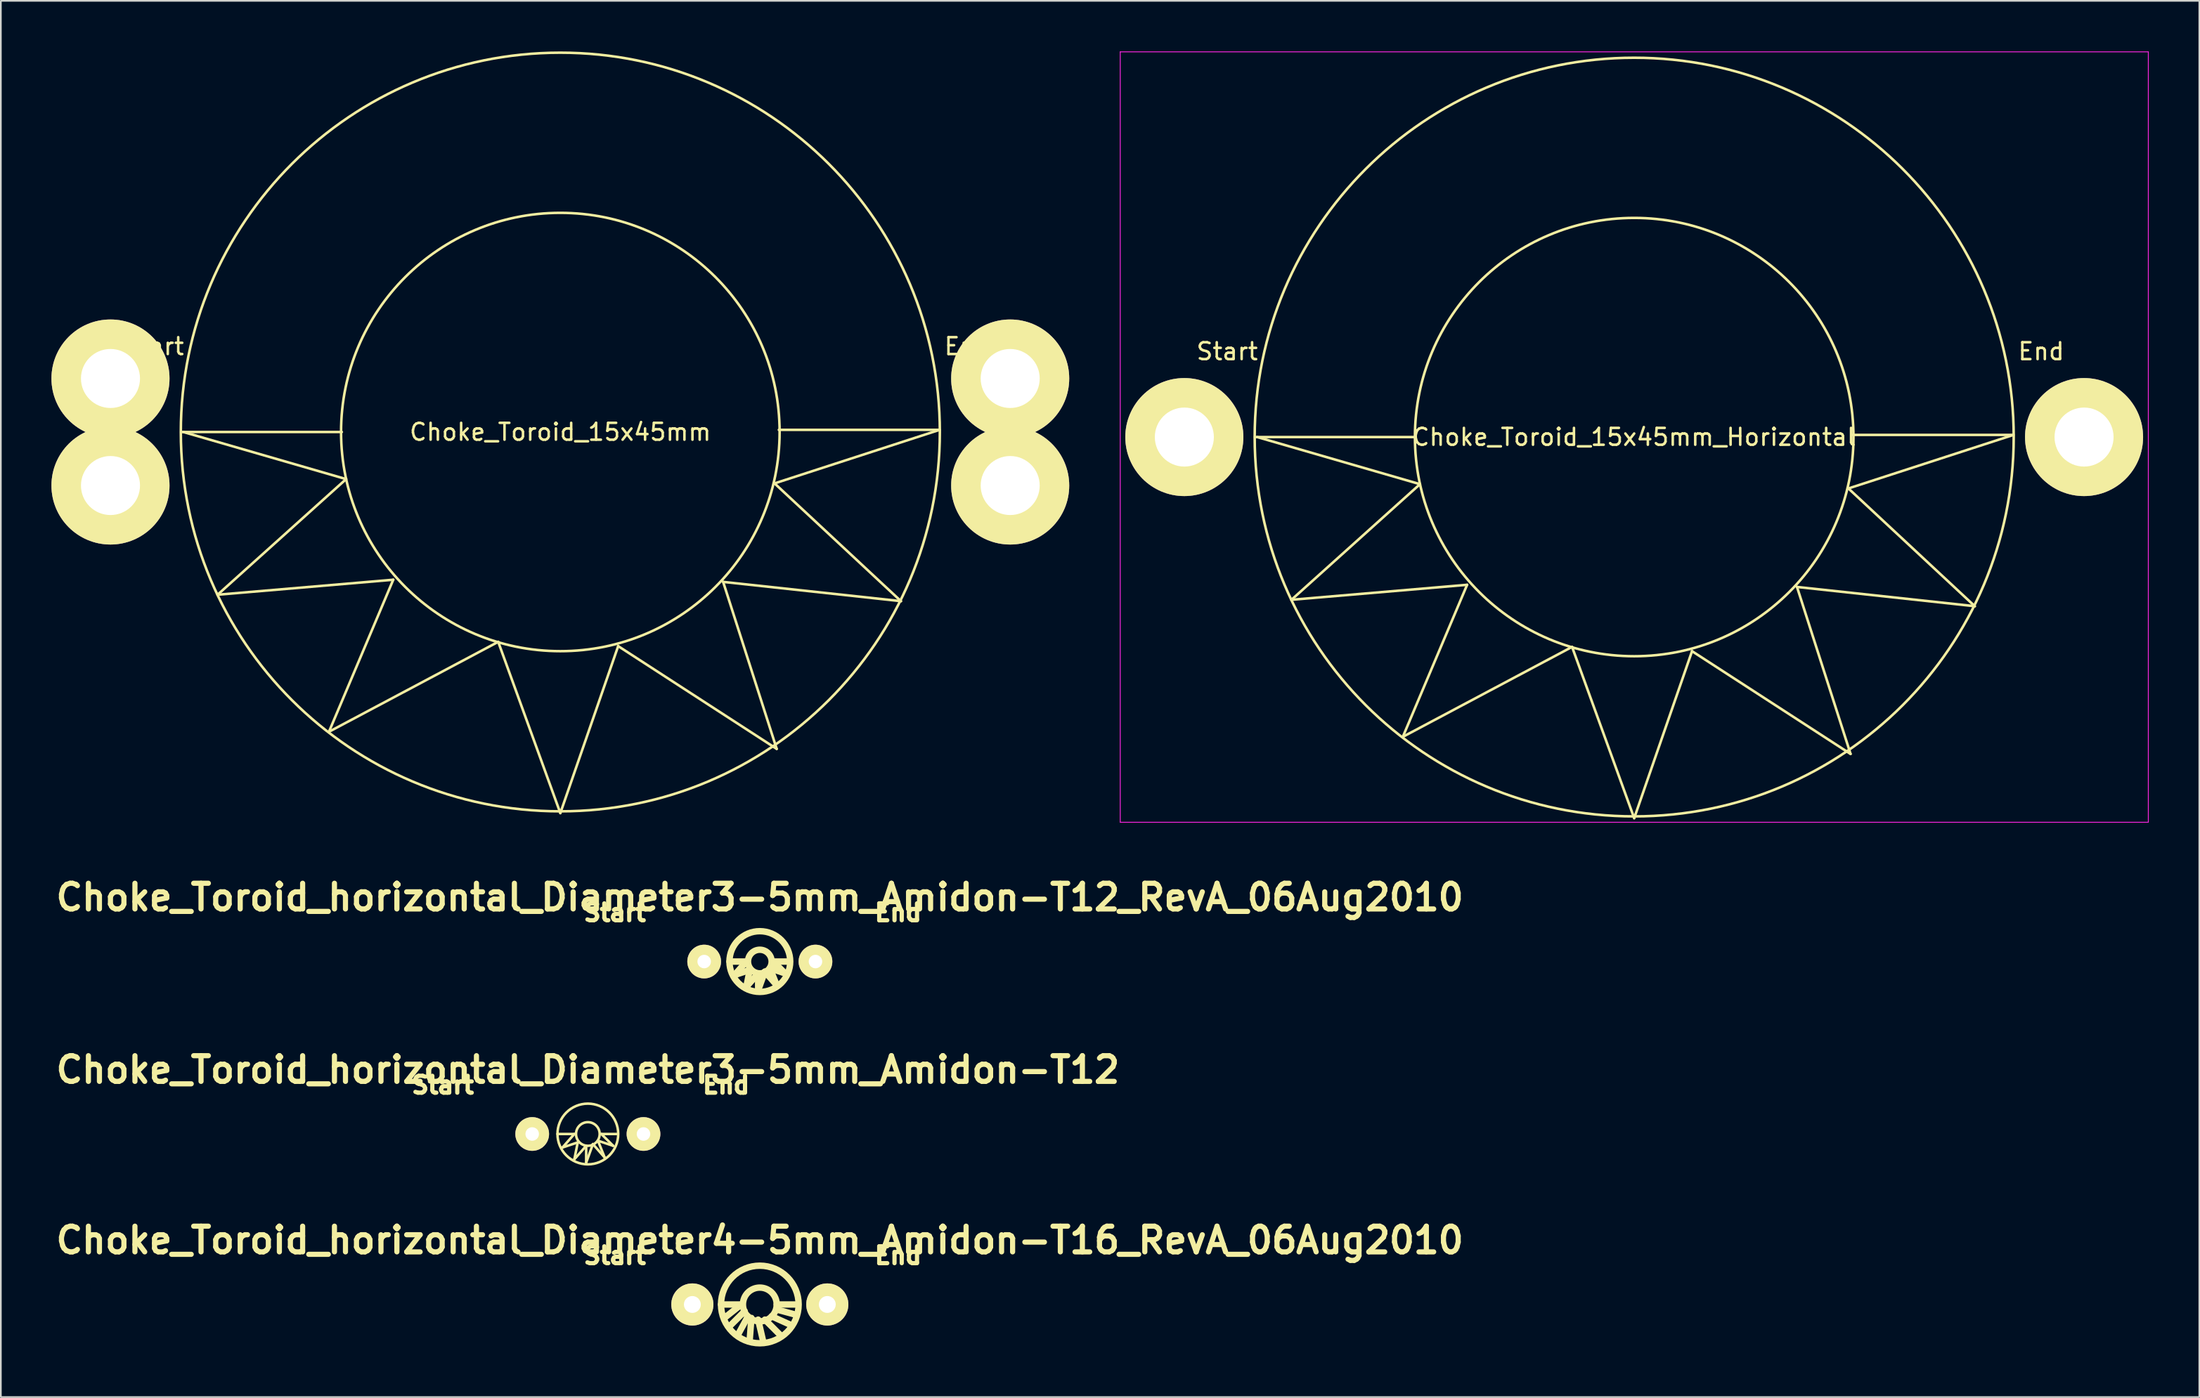
<source format=kicad_pcb>
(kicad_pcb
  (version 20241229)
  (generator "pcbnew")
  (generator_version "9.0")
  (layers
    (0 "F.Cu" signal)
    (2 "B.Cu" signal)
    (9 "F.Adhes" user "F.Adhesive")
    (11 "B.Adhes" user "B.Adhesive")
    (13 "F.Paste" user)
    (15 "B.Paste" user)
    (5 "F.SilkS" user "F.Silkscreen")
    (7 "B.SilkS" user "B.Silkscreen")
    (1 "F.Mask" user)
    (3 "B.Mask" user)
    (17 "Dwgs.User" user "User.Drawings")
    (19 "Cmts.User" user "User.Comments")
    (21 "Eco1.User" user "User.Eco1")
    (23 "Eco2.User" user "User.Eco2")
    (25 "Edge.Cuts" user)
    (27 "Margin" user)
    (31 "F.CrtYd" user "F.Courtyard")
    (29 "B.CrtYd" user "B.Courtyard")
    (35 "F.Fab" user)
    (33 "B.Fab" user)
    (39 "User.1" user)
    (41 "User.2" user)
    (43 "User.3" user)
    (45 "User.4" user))
  (footprint "Choke_Toroid_horizontal_Diameter3-5mm_Amidon-T12_RevA_06Aug2010"
    (layer "F.Cu")
    (at 41.997 53.986)
    (property "Reference" "Choke_Toroid_horizontal_Diameter3-5mm_Amidon-T12_RevA_06Aug2010" (at 0 -3.81 0) (layer "F.SilkS") (effects (font (size 1.524 1.524) (thickness 0.305))))
    (attr through_hole)
    (fp_line (start -1.801 0) (end -0.8 0) (stroke (width 0.381) (type solid)) (layer "F.SilkS"))
    (fp_line (start -1.501 0.8) (end -0.599 0.5) (stroke (width 0.381) (type solid)) (layer "F.SilkS"))
    (fp_line (start -0.8 0) (end -1.501 0.8) (stroke (width 0.381) (type solid)) (layer "F.SilkS"))
    (fp_line (start -0.8 1.501) (end -0.099 0.701) (stroke (width 0.381) (type solid)) (layer "F.SilkS"))
    (fp_line (start -0.599 0.5) (end -0.8 1.501) (stroke (width 0.381) (type solid)) (layer "F.SilkS"))
    (fp_line (start -0.099 0.701) (end -0.099 1.699) (stroke (width 0.381) (type solid)) (layer "F.SilkS"))
    (fp_line (start -0.099 1.699) (end 0.3 0.599) (stroke (width 0.381) (type solid)) (layer "F.SilkS"))
    (fp_line (start 0.3 0.599) (end 1.001 1.4) (stroke (width 0.381) (type solid)) (layer "F.SilkS"))
    (fp_line (start 0.599 0.399) (end 1.501 0.701) (stroke (width 0.381) (type solid)) (layer "F.SilkS"))
    (fp_line (start 0.8 0) (end 1.699 0) (stroke (width 0.381) (type solid)) (layer "F.SilkS"))
    (fp_line (start 1.001 1.4) (end 0.599 0.399) (stroke (width 0.381) (type solid)) (layer "F.SilkS"))
    (fp_line (start 1.501 0.701) (end 0.8 0) (stroke (width 0.381) (type solid)) (layer "F.SilkS"))
    (fp_circle (center 0 0) (end 0.701 0) (stroke (width 0.381) (type solid)) (fill no) (layer "F.SilkS"))
    (fp_circle (center 0 0) (end 1.801 0) (stroke (width 0.381) (type solid)) (fill no) (layer "F.SilkS"))
    (fp_text user "Start" (at -8.6 -2.901 0) (layer "F.SilkS") (effects (font (size 1.001 1.001) (thickness 0.251))))
    (fp_text user "End" (at 8.199 -2.901 0) (layer "F.SilkS") (effects (font (size 1.001 1.001) (thickness 0.251))))
    (pad "1" thru_hole circle (at -3.299 0) (size 1.999 1.999) (drill 0.8) (layers "*.Cu" "*.Mask" "F.SilkS"))
    (pad "2" thru_hole circle (at 3.299 0) (size 1.999 1.999) (drill 0.8) (layers "*.Cu" "*.Mask" "F.SilkS")))
  (footprint "Choke_Toroid_15x45mm"
    (layer "F.Cu")
    (at 30.17 22.575)
    (property "Reference" "Choke_Toroid_15x45mm" (at 0 0 0) (layer "F.SilkS") (effects (font (size 1 1) (thickness 0.15))))
    (attr through_hole)
    (fp_line (start -22.479 0) (end -12.954 0) (stroke (width 0.15) (type solid)) (layer "F.SilkS"))
    (fp_line (start -22.352 0) (end -12.7 2.794) (stroke (width 0.15) (type solid)) (layer "F.SilkS"))
    (fp_line (start -20.32 9.652) (end -9.906 8.763) (stroke (width 0.15) (type solid)) (layer "F.SilkS"))
    (fp_line (start -13.716 17.78) (end -3.683 12.446) (stroke (width 0.15) (type solid)) (layer "F.SilkS"))
    (fp_line (start -12.7 2.794) (end -20.32 9.652) (stroke (width 0.15) (type solid)) (layer "F.SilkS"))
    (fp_line (start -9.906 8.763) (end -13.716 17.78) (stroke (width 0.15) (type solid)) (layer "F.SilkS"))
    (fp_line (start -3.683 12.446) (end 0 22.606) (stroke (width 0.15) (type solid)) (layer "F.SilkS"))
    (fp_line (start 0 22.606) (end 3.429 12.7) (stroke (width 0.15) (type solid)) (layer "F.SilkS"))
    (fp_line (start 3.429 12.7) (end 12.827 18.796) (stroke (width 0.15) (type solid)) (layer "F.SilkS"))
    (fp_line (start 9.652 8.89) (end 20.193 10.033) (stroke (width 0.15) (type solid)) (layer "F.SilkS"))
    (fp_line (start 12.7 3.048) (end 22.479 -0.127) (stroke (width 0.15) (type solid)) (layer "F.SilkS"))
    (fp_line (start 12.827 18.796) (end 9.652 8.89) (stroke (width 0.15) (type solid)) (layer "F.SilkS"))
    (fp_line (start 20.193 10.033) (end 12.7 3.048) (stroke (width 0.15) (type solid)) (layer "F.SilkS"))
    (fp_line (start 22.479 -0.127) (end 12.954 -0.127) (stroke (width 0.15) (type solid)) (layer "F.SilkS"))
    (fp_circle (center 0 0) (end -22.5 0) (stroke (width 0.15) (type solid)) (fill no) (layer "F.SilkS"))
    (fp_circle (center 0 0) (end -13 0) (stroke (width 0.15) (type solid)) (fill no) (layer "F.SilkS"))
    (fp_text user "Start" (at -24.13 -5.08 0) (layer "F.SilkS") (effects (font (size 1 1) (thickness 0.15))))
    (fp_text user "End" (at 24.13 -5.08 0) (layer "F.SilkS") (effects (font (size 1 1) (thickness 0.15))))
    (pad "1" thru_hole circle (at -26.67 -3.175) (size 7 7) (drill 3.5) (layers "*.Cu" "*.Mask" "F.SilkS"))
    (pad "1" thru_hole circle (at -26.67 3.175) (size 7 7) (drill 3.5) (layers "*.Cu" "*.Mask" "F.SilkS"))
    (pad "2" thru_hole circle (at 26.67 -3.175) (size 7 7) (drill 3.5) (layers "*.Cu" "*.Mask" "F.SilkS"))
    (pad "2" thru_hole circle (at 26.67 3.175) (size 7 7) (drill 3.5) (layers "*.Cu" "*.Mask" "F.SilkS")))
  (footprint "Choke_Toroid_horizontal_Diameter4-5mm_Amidon-T16_RevA_06Aug2010"
    (layer "F.Cu")
    (at 41.997 74.327)
    (property "Reference" "Choke_Toroid_horizontal_Diameter4-5mm_Amidon-T16_RevA_06Aug2010" (at 0 -3.81 0) (layer "F.SilkS") (effects (font (size 1.524 1.524) (thickness 0.305))))
    (attr through_hole)
    (fp_line (start -2.301 0) (end -1.1 0) (stroke (width 0.381) (type solid)) (layer "F.SilkS"))
    (fp_line (start -1.1 0) (end -2.101 0.8) (stroke (width 0.381) (type solid)) (layer "F.SilkS"))
    (fp_line (start -0.899 0.399) (end -1.801 1.3) (stroke (width 0.381) (type solid)) (layer "F.SilkS"))
    (fp_line (start -0.701 0.701) (end -1.3 1.801) (stroke (width 0.381) (type solid)) (layer "F.SilkS"))
    (fp_line (start -0.5 0.8) (end -0.599 2.101) (stroke (width 0.381) (type solid)) (layer "F.SilkS"))
    (fp_line (start -0.099 0.899) (end 0.201 2.2) (stroke (width 0.381) (type solid)) (layer "F.SilkS"))
    (fp_line (start 0.3 0.899) (end 1.199 1.801) (stroke (width 0.381) (type solid)) (layer "F.SilkS"))
    (fp_line (start 0.701 0.701) (end 1.801 1.199) (stroke (width 0.381) (type solid)) (layer "F.SilkS"))
    (fp_line (start 1.001 0) (end 2.2 0) (stroke (width 0.381) (type solid)) (layer "F.SilkS"))
    (fp_line (start 1.001 0.3) (end 2.101 0.599) (stroke (width 0.381) (type solid)) (layer "F.SilkS"))
    (fp_circle (center 0 0) (end 1.001 0) (stroke (width 0.381) (type solid)) (fill no) (layer "F.SilkS"))
    (fp_circle (center 0 0) (end 2.301 0) (stroke (width 0.381) (type solid)) (fill no) (layer "F.SilkS"))
    (fp_text user "End" (at 8.199 -2.901 0) (layer "F.SilkS") (effects (font (size 1.001 1.001) (thickness 0.251))))
    (fp_text user "Start" (at -8.6 -2.901 0) (layer "F.SilkS") (effects (font (size 1.001 1.001) (thickness 0.251))))
    (pad "1" thru_hole circle (at -4 0) (size 2.499 2.499) (drill 1.001) (layers "*.Cu" "*.Mask" "F.SilkS"))
    (pad "2" thru_hole circle (at 4 0) (size 2.499 2.499) (drill 1.001) (layers "*.Cu" "*.Mask" "F.SilkS")))
  (footprint "Choke_Toroid_horizontal_Diameter3-5mm_Amidon-T12"
    (layer "F.Cu")
    (at 31.801 64.214)
    (property "Reference" "Choke_Toroid_horizontal_Diameter3-5mm_Amidon-T12" (at 0 -3.81 0) (layer "F.SilkS") (effects (font (size 1.524 1.524) (thickness 0.305))))
    (attr through_hole)
    (fp_line (start -1.801 0) (end -0.8 0) (stroke (width 0.15) (type solid)) (layer "F.SilkS"))
    (fp_line (start -1.501 0.8) (end -0.599 0.5) (stroke (width 0.15) (type solid)) (layer "F.SilkS"))
    (fp_line (start -0.8 0) (end -1.501 0.8) (stroke (width 0.15) (type solid)) (layer "F.SilkS"))
    (fp_line (start -0.8 1.501) (end -0.099 0.701) (stroke (width 0.15) (type solid)) (layer "F.SilkS"))
    (fp_line (start -0.599 0.5) (end -0.8 1.501) (stroke (width 0.15) (type solid)) (layer "F.SilkS"))
    (fp_line (start -0.099 0.701) (end -0.099 1.699) (stroke (width 0.15) (type solid)) (layer "F.SilkS"))
    (fp_line (start -0.099 1.699) (end 0.3 0.599) (stroke (width 0.15) (type solid)) (layer "F.SilkS"))
    (fp_line (start 0.3 0.599) (end 1.001 1.4) (stroke (width 0.15) (type solid)) (layer "F.SilkS"))
    (fp_line (start 0.599 0.399) (end 1.501 0.701) (stroke (width 0.15) (type solid)) (layer "F.SilkS"))
    (fp_line (start 0.8 0) (end 1.699 0) (stroke (width 0.15) (type solid)) (layer "F.SilkS"))
    (fp_line (start 1.001 1.4) (end 0.599 0.399) (stroke (width 0.15) (type solid)) (layer "F.SilkS"))
    (fp_line (start 1.501 0.701) (end 0.8 0) (stroke (width 0.15) (type solid)) (layer "F.SilkS"))
    (fp_circle (center 0 0) (end 0.701 0) (stroke (width 0.15) (type solid)) (fill no) (layer "F.SilkS"))
    (fp_circle (center 0 0) (end 1.801 0) (stroke (width 0.15) (type solid)) (fill no) (layer "F.SilkS"))
    (fp_text user "Start" (at -8.6 -2.901 0) (layer "F.SilkS") (effects (font (size 1.001 1.001) (thickness 0.251))))
    (fp_text user "End" (at 8.199 -2.901 0) (layer "F.SilkS") (effects (font (size 1.001 1.001) (thickness 0.251))))
    (pad "1" thru_hole circle (at -3.299 0) (size 1.999 1.999) (drill 0.8) (layers "*.Cu" "*.Mask" "F.SilkS"))
    (pad "2" thru_hole circle (at 3.299 0) (size 1.999 1.999) (drill 0.8) (layers "*.Cu" "*.Mask" "F.SilkS")))
  (footprint "Choke_Toroid_15x45mm_Horizontal"
    (layer "F.Cu")
    (at 67.165 22.875)
    (property "Reference" "Choke_Toroid_15x45mm_Horizontal" (at 26.67 0 0) (layer "F.SilkS") (effects (font (size 1 1) (thickness 0.15))))
    (attr through_hole)
    (fp_line (start 4.191 0) (end 13.716 0) (stroke (width 0.15) (type solid)) (layer "F.SilkS"))
    (fp_line (start 4.318 0) (end 13.97 2.794) (stroke (width 0.15) (type solid)) (layer "F.SilkS"))
    (fp_line (start 6.35 9.652) (end 16.764 8.763) (stroke (width 0.15) (type solid)) (layer "F.SilkS"))
    (fp_line (start 12.954 17.78) (end 22.987 12.446) (stroke (width 0.15) (type solid)) (layer "F.SilkS"))
    (fp_line (start 13.97 2.794) (end 6.35 9.652) (stroke (width 0.15) (type solid)) (layer "F.SilkS"))
    (fp_line (start 16.764 8.763) (end 12.954 17.78) (stroke (width 0.15) (type solid)) (layer "F.SilkS"))
    (fp_line (start 22.987 12.446) (end 26.67 22.606) (stroke (width 0.15) (type solid)) (layer "F.SilkS"))
    (fp_line (start 26.67 22.606) (end 30.099 12.7) (stroke (width 0.15) (type solid)) (layer "F.SilkS"))
    (fp_line (start 30.099 12.7) (end 39.497 18.796) (stroke (width 0.15) (type solid)) (layer "F.SilkS"))
    (fp_line (start 36.322 8.89) (end 46.863 10.033) (stroke (width 0.15) (type solid)) (layer "F.SilkS"))
    (fp_line (start 39.37 3.048) (end 49.149 -0.127) (stroke (width 0.15) (type solid)) (layer "F.SilkS"))
    (fp_line (start 39.497 18.796) (end 36.322 8.89) (stroke (width 0.15) (type solid)) (layer "F.SilkS"))
    (fp_line (start 46.863 10.033) (end 39.37 3.048) (stroke (width 0.15) (type solid)) (layer "F.SilkS"))
    (fp_line (start 49.149 -0.127) (end 39.624 -0.127) (stroke (width 0.15) (type solid)) (layer "F.SilkS"))
    (fp_circle (center 26.67 0) (end 4.17 0) (stroke (width 0.15) (type solid)) (fill no) (layer "F.SilkS"))
    (fp_circle (center 26.67 0) (end 13.67 0) (stroke (width 0.15) (type solid)) (fill no) (layer "F.SilkS"))
    (fp_line (start -3.8 -22.85) (end 57.15 -22.85) (stroke (width 0.05) (type solid)) (layer "F.CrtYd"))
    (fp_line (start -3.8 22.85) (end -3.8 -22.85) (stroke (width 0.05) (type solid)) (layer "F.CrtYd"))
    (fp_line (start 57.15 -22.85) (end 57.15 22.85) (stroke (width 0.05) (type solid)) (layer "F.CrtYd"))
    (fp_line (start 57.15 22.85) (end -3.8 22.85) (stroke (width 0.05) (type solid)) (layer "F.CrtYd"))
    (fp_text user "Start" (at 2.54 -5.08 0) (layer "F.SilkS") (effects (font (size 1 1) (thickness 0.15))))
    (fp_text user "End" (at 50.8 -5.08 0) (layer "F.SilkS") (effects (font (size 1 1) (thickness 0.15))))
    (pad "1" thru_hole circle (at 0 0) (size 7 7) (drill 3.5) (layers "*.Cu" "*.Mask" "F.SilkS"))
    (pad "2" thru_hole circle (at 53.34 0) (size 7 7) (drill 3.5) (layers "*.Cu" "*.Mask" "F.SilkS")))
  (gr_rect
    (start -3 -3)
    (end 127.34 79.818)
    (stroke (width 0.1) (type default))
    (fill no)
    (layer "Edge.Cuts")))
</source>
